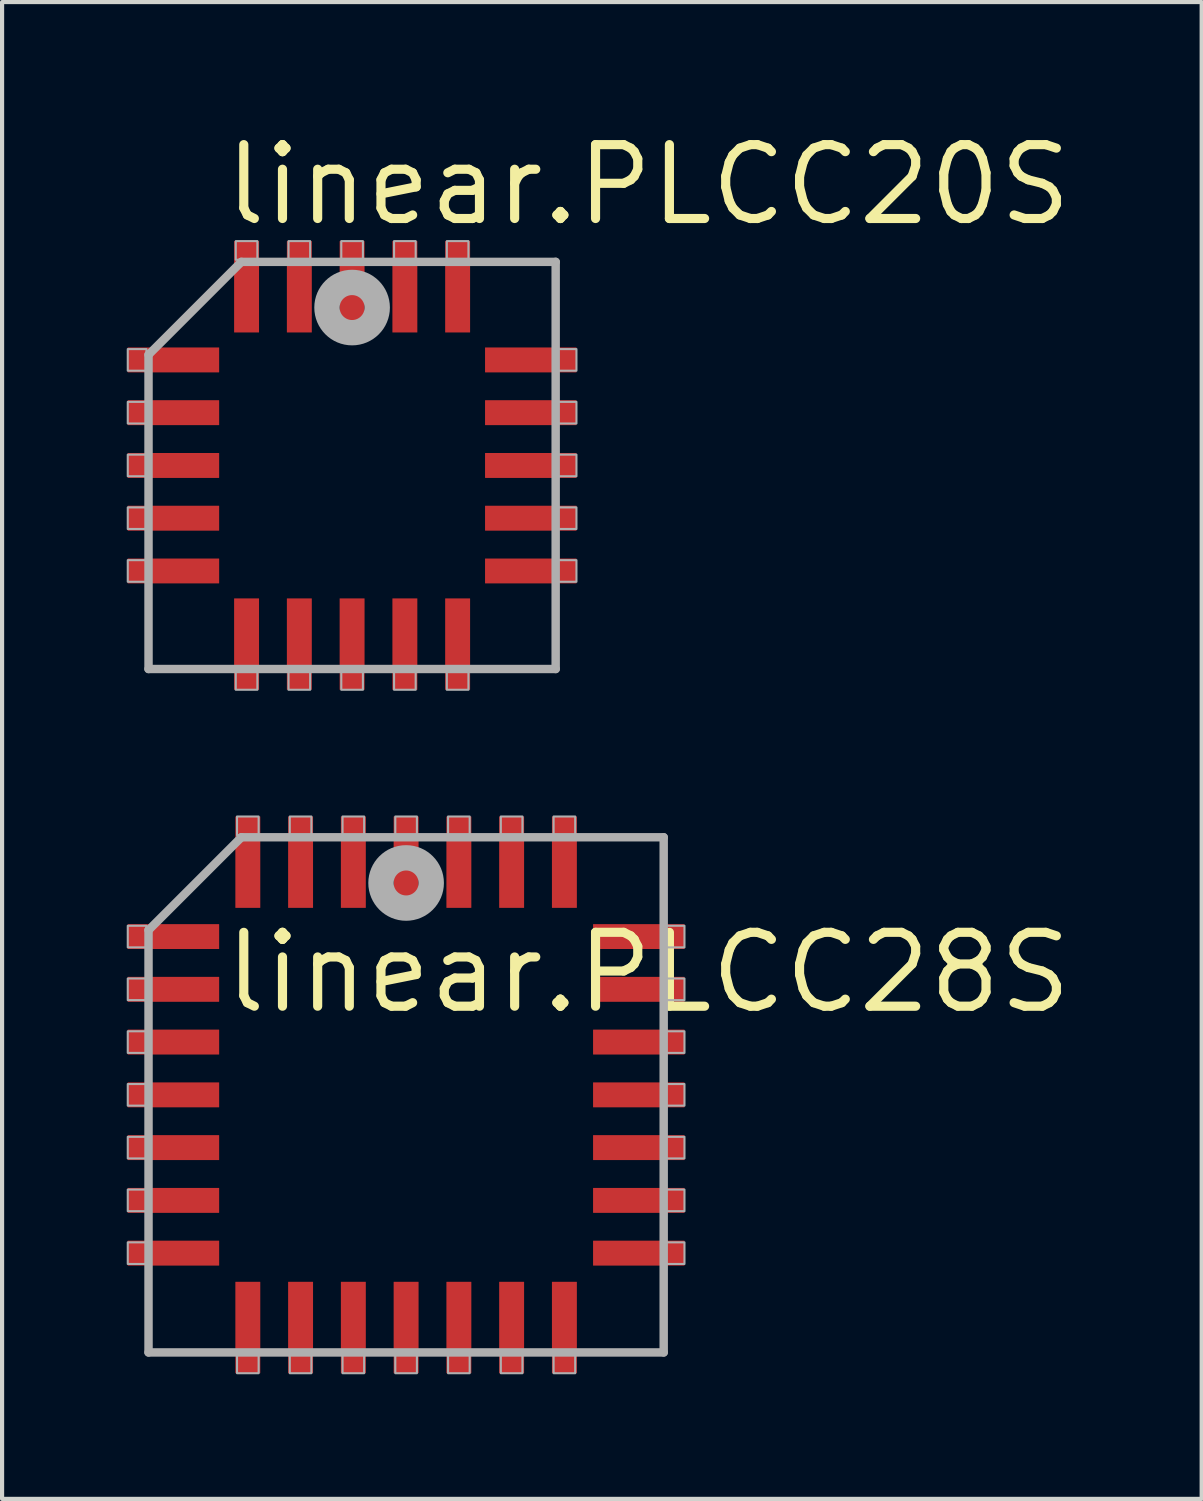
<source format=kicad_pcb>
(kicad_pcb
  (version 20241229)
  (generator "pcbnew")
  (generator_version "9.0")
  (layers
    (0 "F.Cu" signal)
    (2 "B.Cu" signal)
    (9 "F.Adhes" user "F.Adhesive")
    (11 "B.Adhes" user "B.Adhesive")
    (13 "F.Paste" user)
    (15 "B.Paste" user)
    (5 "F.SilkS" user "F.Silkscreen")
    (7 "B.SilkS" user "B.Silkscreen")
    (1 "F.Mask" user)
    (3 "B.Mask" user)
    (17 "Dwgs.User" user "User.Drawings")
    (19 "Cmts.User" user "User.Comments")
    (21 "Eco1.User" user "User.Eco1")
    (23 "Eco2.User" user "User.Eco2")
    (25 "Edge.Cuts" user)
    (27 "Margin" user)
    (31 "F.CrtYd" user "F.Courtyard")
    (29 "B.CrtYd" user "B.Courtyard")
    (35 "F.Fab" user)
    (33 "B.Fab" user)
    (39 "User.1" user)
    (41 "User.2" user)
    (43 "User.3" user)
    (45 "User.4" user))
  (footprint "linear.PLCC20S"
    (layer "F.Cu")
    (at 5.425 8.153)
    (property "Reference" "linear.PLCC20S" (at -3.175 -5.715 0) (layer "F.SilkS") (effects (font (size 1.778 1.778) (thickness 0.22)) (justify left bottom)))
    (attr smd)
    (fp_line (start -4.9 -2.665) (end -4.9 4.9) (stroke (width 0.203) (type default)) (layer "F.Fab"))
    (fp_line (start -4.9 4.9) (end 4.9 4.9) (stroke (width 0.203) (type default)) (layer "F.Fab"))
    (fp_line (start -2.665 -4.9) (end -4.9 -2.665) (stroke (width 0.203) (type default)) (layer "F.Fab"))
    (fp_line (start 4.9 -4.9) (end -2.665 -4.9) (stroke (width 0.203) (type default)) (layer "F.Fab"))
    (fp_line (start 4.9 4.9) (end 4.9 -4.9) (stroke (width 0.203) (type default)) (layer "F.Fab"))
    (fp_rect (start -5.4 -2.28) (end -4.95 -2.8) (stroke (width 0.05) (type default)) (fill no) (layer "F.Fab"))
    (fp_rect (start -5.4 -1.01) (end -4.95 -1.53) (stroke (width 0.05) (type default)) (fill no) (layer "F.Fab"))
    (fp_rect (start -5.4 0.26) (end -4.95 -0.26) (stroke (width 0.05) (type default)) (fill no) (layer "F.Fab"))
    (fp_rect (start -5.4 1.53) (end -4.95 1.01) (stroke (width 0.05) (type default)) (fill no) (layer "F.Fab"))
    (fp_rect (start -5.4 2.8) (end -4.95 2.28) (stroke (width 0.05) (type default)) (fill no) (layer "F.Fab"))
    (fp_rect (start -2.8 -4.95) (end -2.28 -5.4) (stroke (width 0.05) (type default)) (fill no) (layer "F.Fab"))
    (fp_rect (start -2.8 5.4) (end -2.28 4.95) (stroke (width 0.05) (type default)) (fill no) (layer "F.Fab"))
    (fp_rect (start -1.53 -4.95) (end -1.01 -5.4) (stroke (width 0.05) (type default)) (fill no) (layer "F.Fab"))
    (fp_rect (start -1.53 5.4) (end -1.01 4.95) (stroke (width 0.05) (type default)) (fill no) (layer "F.Fab"))
    (fp_rect (start -0.26 -4.95) (end 0.26 -5.4) (stroke (width 0.05) (type default)) (fill no) (layer "F.Fab"))
    (fp_rect (start -0.26 5.4) (end 0.26 4.95) (stroke (width 0.05) (type default)) (fill no) (layer "F.Fab"))
    (fp_rect (start 1.01 -4.95) (end 1.53 -5.4) (stroke (width 0.05) (type default)) (fill no) (layer "F.Fab"))
    (fp_rect (start 1.01 5.4) (end 1.53 4.95) (stroke (width 0.05) (type default)) (fill no) (layer "F.Fab"))
    (fp_rect (start 2.28 -4.95) (end 2.8 -5.4) (stroke (width 0.05) (type default)) (fill no) (layer "F.Fab"))
    (fp_rect (start 2.28 5.4) (end 2.8 4.95) (stroke (width 0.05) (type default)) (fill no) (layer "F.Fab"))
    (fp_rect (start 4.95 -2.28) (end 5.4 -2.8) (stroke (width 0.05) (type default)) (fill no) (layer "F.Fab"))
    (fp_rect (start 4.95 -1.01) (end 5.4 -1.53) (stroke (width 0.05) (type default)) (fill no) (layer "F.Fab"))
    (fp_rect (start 4.95 0.26) (end 5.4 -0.26) (stroke (width 0.05) (type default)) (fill no) (layer "F.Fab"))
    (fp_rect (start 4.95 1.53) (end 5.4 1.01) (stroke (width 0.05) (type default)) (fill no) (layer "F.Fab"))
    (fp_rect (start 4.95 2.8) (end 5.4 2.28) (stroke (width 0.05) (type default)) (fill no) (layer "F.Fab"))
    (fp_circle (center 0 -3.8) (end 0.3 -3.8) (stroke (width 0.61) (type default)) (fill no) (layer "F.Fab"))
    (pad "1" smd roundrect (at 0 -4.3) (size 0.6 2.2) (layers "F.Cu" "F.Mask" "F.Paste") (roundrect_rratio 0.01))
    (pad "2" smd roundrect (at -1.27 -4.3) (size 0.6 2.2) (layers "F.Cu" "F.Mask" "F.Paste") (roundrect_rratio 0.01))
    (pad "3" smd roundrect (at -2.54 -4.3) (size 0.6 2.2) (layers "F.Cu" "F.Mask" "F.Paste") (roundrect_rratio 0.01))
    (pad "4" smd roundrect (at -4.3 -2.54) (size 2.2 0.6) (layers "F.Cu" "F.Mask" "F.Paste") (roundrect_rratio 0.01))
    (pad "5" smd roundrect (at -4.3 -1.27) (size 2.2 0.6) (layers "F.Cu" "F.Mask" "F.Paste") (roundrect_rratio 0.01))
    (pad "6" smd roundrect (at -4.3 0) (size 2.2 0.6) (layers "F.Cu" "F.Mask" "F.Paste") (roundrect_rratio 0.01))
    (pad "7" smd roundrect (at -4.3 1.27) (size 2.2 0.6) (layers "F.Cu" "F.Mask" "F.Paste") (roundrect_rratio 0.01))
    (pad "8" smd roundrect (at -4.3 2.54) (size 2.2 0.6) (layers "F.Cu" "F.Mask" "F.Paste") (roundrect_rratio 0.01))
    (pad "9" smd roundrect (at -2.54 4.3) (size 0.6 2.2) (layers "F.Cu" "F.Mask" "F.Paste") (roundrect_rratio 0.01))
    (pad "10" smd roundrect (at -1.27 4.3) (size 0.6 2.2) (layers "F.Cu" "F.Mask" "F.Paste") (roundrect_rratio 0.01))
    (pad "11" smd roundrect (at 0 4.3) (size 0.6 2.2) (layers "F.Cu" "F.Mask" "F.Paste") (roundrect_rratio 0.01))
    (pad "12" smd roundrect (at 1.27 4.3) (size 0.6 2.2) (layers "F.Cu" "F.Mask" "F.Paste") (roundrect_rratio 0.01))
    (pad "13" smd roundrect (at 2.54 4.3) (size 0.6 2.2) (layers "F.Cu" "F.Mask" "F.Paste") (roundrect_rratio 0.01))
    (pad "14" smd roundrect (at 4.3 2.54) (size 2.2 0.6) (layers "F.Cu" "F.Mask" "F.Paste") (roundrect_rratio 0.01))
    (pad "15" smd roundrect (at 4.3 1.27) (size 2.2 0.6) (layers "F.Cu" "F.Mask" "F.Paste") (roundrect_rratio 0.01))
    (pad "16" smd roundrect (at 4.3 0) (size 2.2 0.6) (layers "F.Cu" "F.Mask" "F.Paste") (roundrect_rratio 0.01))
    (pad "17" smd roundrect (at 4.3 -1.27) (size 2.2 0.6) (layers "F.Cu" "F.Mask" "F.Paste") (roundrect_rratio 0.01))
    (pad "18" smd roundrect (at 4.3 -2.54) (size 2.2 0.6) (layers "F.Cu" "F.Mask" "F.Paste") (roundrect_rratio 0.01))
    (pad "19" smd roundrect (at 2.54 -4.3) (size 0.6 2.2) (layers "F.Cu" "F.Mask" "F.Paste") (roundrect_rratio 0.01))
    (pad "20" smd roundrect (at 1.27 -4.3) (size 0.6 2.2) (layers "F.Cu" "F.Mask" "F.Paste") (roundrect_rratio 0.01)))
  (footprint "linear.PLCC28S"
    (layer "F.Cu")
    (at 6.725 23.303)
    (property "Reference" "linear.PLCC28S" (at -4.475 -1.905 0) (layer "F.SilkS") (effects (font (size 1.778 1.778) (thickness 0.22)) (justify left bottom)))
    (attr smd)
    (fp_line (start -6.2 -3.965) (end -6.2 6.2) (stroke (width 0.203) (type default)) (layer "F.Fab"))
    (fp_line (start -6.2 6.2) (end 6.2 6.2) (stroke (width 0.203) (type default)) (layer "F.Fab"))
    (fp_line (start -3.965 -6.2) (end -6.2 -3.965) (stroke (width 0.203) (type default)) (layer "F.Fab"))
    (fp_line (start 6.2 -6.2) (end -3.965 -6.2) (stroke (width 0.203) (type default)) (layer "F.Fab"))
    (fp_line (start 6.2 6.2) (end 6.2 -6.2) (stroke (width 0.203) (type default)) (layer "F.Fab"))
    (fp_rect (start -6.7 -3.55) (end -6.25 -4.07) (stroke (width 0.05) (type default)) (fill no) (layer "F.Fab"))
    (fp_rect (start -6.7 -2.28) (end -6.25 -2.8) (stroke (width 0.05) (type default)) (fill no) (layer "F.Fab"))
    (fp_rect (start -6.7 -1.01) (end -6.25 -1.53) (stroke (width 0.05) (type default)) (fill no) (layer "F.Fab"))
    (fp_rect (start -6.7 0.26) (end -6.25 -0.26) (stroke (width 0.05) (type default)) (fill no) (layer "F.Fab"))
    (fp_rect (start -6.7 1.53) (end -6.25 1.01) (stroke (width 0.05) (type default)) (fill no) (layer "F.Fab"))
    (fp_rect (start -6.7 2.8) (end -6.25 2.28) (stroke (width 0.05) (type default)) (fill no) (layer "F.Fab"))
    (fp_rect (start -6.7 4.07) (end -6.25 3.55) (stroke (width 0.05) (type default)) (fill no) (layer "F.Fab"))
    (fp_rect (start -4.07 -6.25) (end -3.55 -6.7) (stroke (width 0.05) (type default)) (fill no) (layer "F.Fab"))
    (fp_rect (start -4.07 6.7) (end -3.55 6.25) (stroke (width 0.05) (type default)) (fill no) (layer "F.Fab"))
    (fp_rect (start -2.8 -6.25) (end -2.28 -6.7) (stroke (width 0.05) (type default)) (fill no) (layer "F.Fab"))
    (fp_rect (start -2.8 6.7) (end -2.28 6.25) (stroke (width 0.05) (type default)) (fill no) (layer "F.Fab"))
    (fp_rect (start -1.53 -6.25) (end -1.01 -6.7) (stroke (width 0.05) (type default)) (fill no) (layer "F.Fab"))
    (fp_rect (start -1.53 6.7) (end -1.01 6.25) (stroke (width 0.05) (type default)) (fill no) (layer "F.Fab"))
    (fp_rect (start -0.26 -6.25) (end 0.26 -6.7) (stroke (width 0.05) (type default)) (fill no) (layer "F.Fab"))
    (fp_rect (start -0.26 6.7) (end 0.26 6.25) (stroke (width 0.05) (type default)) (fill no) (layer "F.Fab"))
    (fp_rect (start 1.01 -6.25) (end 1.53 -6.7) (stroke (width 0.05) (type default)) (fill no) (layer "F.Fab"))
    (fp_rect (start 1.01 6.7) (end 1.53 6.25) (stroke (width 0.05) (type default)) (fill no) (layer "F.Fab"))
    (fp_rect (start 2.28 -6.25) (end 2.8 -6.7) (stroke (width 0.05) (type default)) (fill no) (layer "F.Fab"))
    (fp_rect (start 2.28 6.7) (end 2.8 6.25) (stroke (width 0.05) (type default)) (fill no) (layer "F.Fab"))
    (fp_rect (start 3.55 -6.25) (end 4.07 -6.7) (stroke (width 0.05) (type default)) (fill no) (layer "F.Fab"))
    (fp_rect (start 3.55 6.7) (end 4.07 6.25) (stroke (width 0.05) (type default)) (fill no) (layer "F.Fab"))
    (fp_rect (start 6.25 -3.55) (end 6.7 -4.07) (stroke (width 0.05) (type default)) (fill no) (layer "F.Fab"))
    (fp_rect (start 6.25 -2.28) (end 6.7 -2.8) (stroke (width 0.05) (type default)) (fill no) (layer "F.Fab"))
    (fp_rect (start 6.25 -1.01) (end 6.7 -1.53) (stroke (width 0.05) (type default)) (fill no) (layer "F.Fab"))
    (fp_rect (start 6.25 0.26) (end 6.7 -0.26) (stroke (width 0.05) (type default)) (fill no) (layer "F.Fab"))
    (fp_rect (start 6.25 1.53) (end 6.7 1.01) (stroke (width 0.05) (type default)) (fill no) (layer "F.Fab"))
    (fp_rect (start 6.25 2.8) (end 6.7 2.28) (stroke (width 0.05) (type default)) (fill no) (layer "F.Fab"))
    (fp_rect (start 6.25 4.07) (end 6.7 3.55) (stroke (width 0.05) (type default)) (fill no) (layer "F.Fab"))
    (fp_circle (center 0 -5.1) (end 0.3 -5.1) (stroke (width 0.61) (type default)) (fill no) (layer "F.Fab"))
    (pad "1" smd roundrect (at 0 -5.6) (size 0.6 2.2) (layers "F.Cu" "F.Mask" "F.Paste") (roundrect_rratio 0.01))
    (pad "2" smd roundrect (at -1.27 -5.6) (size 0.6 2.2) (layers "F.Cu" "F.Mask" "F.Paste") (roundrect_rratio 0.01))
    (pad "3" smd roundrect (at -2.54 -5.6) (size 0.6 2.2) (layers "F.Cu" "F.Mask" "F.Paste") (roundrect_rratio 0.01))
    (pad "4" smd roundrect (at -3.81 -5.6) (size 0.6 2.2) (layers "F.Cu" "F.Mask" "F.Paste") (roundrect_rratio 0.01))
    (pad "5" smd roundrect (at -5.6 -3.81) (size 2.2 0.6) (layers "F.Cu" "F.Mask" "F.Paste") (roundrect_rratio 0.01))
    (pad "6" smd roundrect (at -5.6 -2.54) (size 2.2 0.6) (layers "F.Cu" "F.Mask" "F.Paste") (roundrect_rratio 0.01))
    (pad "7" smd roundrect (at -5.6 -1.27) (size 2.2 0.6) (layers "F.Cu" "F.Mask" "F.Paste") (roundrect_rratio 0.01))
    (pad "8" smd roundrect (at -5.6 0) (size 2.2 0.6) (layers "F.Cu" "F.Mask" "F.Paste") (roundrect_rratio 0.01))
    (pad "9" smd roundrect (at -5.6 1.27) (size 2.2 0.6) (layers "F.Cu" "F.Mask" "F.Paste") (roundrect_rratio 0.01))
    (pad "10" smd roundrect (at -5.6 2.54) (size 2.2 0.6) (layers "F.Cu" "F.Mask" "F.Paste") (roundrect_rratio 0.01))
    (pad "11" smd roundrect (at -5.6 3.81) (size 2.2 0.6) (layers "F.Cu" "F.Mask" "F.Paste") (roundrect_rratio 0.01))
    (pad "12" smd roundrect (at -3.81 5.6) (size 0.6 2.2) (layers "F.Cu" "F.Mask" "F.Paste") (roundrect_rratio 0.01))
    (pad "13" smd roundrect (at -2.54 5.6) (size 0.6 2.2) (layers "F.Cu" "F.Mask" "F.Paste") (roundrect_rratio 0.01))
    (pad "14" smd roundrect (at -1.27 5.6) (size 0.6 2.2) (layers "F.Cu" "F.Mask" "F.Paste") (roundrect_rratio 0.01))
    (pad "15" smd roundrect (at 0 5.6) (size 0.6 2.2) (layers "F.Cu" "F.Mask" "F.Paste") (roundrect_rratio 0.01))
    (pad "16" smd roundrect (at 1.27 5.6) (size 0.6 2.2) (layers "F.Cu" "F.Mask" "F.Paste") (roundrect_rratio 0.01))
    (pad "17" smd roundrect (at 2.54 5.6) (size 0.6 2.2) (layers "F.Cu" "F.Mask" "F.Paste") (roundrect_rratio 0.01))
    (pad "18" smd roundrect (at 3.81 5.6) (size 0.6 2.2) (layers "F.Cu" "F.Mask" "F.Paste") (roundrect_rratio 0.01))
    (pad "19" smd roundrect (at 5.6 3.81) (size 2.2 0.6) (layers "F.Cu" "F.Mask" "F.Paste") (roundrect_rratio 0.01))
    (pad "20" smd roundrect (at 5.6 2.54) (size 2.2 0.6) (layers "F.Cu" "F.Mask" "F.Paste") (roundrect_rratio 0.01))
    (pad "21" smd roundrect (at 5.6 1.27) (size 2.2 0.6) (layers "F.Cu" "F.Mask" "F.Paste") (roundrect_rratio 0.01))
    (pad "22" smd roundrect (at 5.6 0) (size 2.2 0.6) (layers "F.Cu" "F.Mask" "F.Paste") (roundrect_rratio 0.01))
    (pad "23" smd roundrect (at 5.6 -1.27) (size 2.2 0.6) (layers "F.Cu" "F.Mask" "F.Paste") (roundrect_rratio 0.01))
    (pad "24" smd roundrect (at 5.6 -2.54) (size 2.2 0.6) (layers "F.Cu" "F.Mask" "F.Paste") (roundrect_rratio 0.01))
    (pad "25" smd roundrect (at 5.6 -3.81) (size 2.2 0.6) (layers "F.Cu" "F.Mask" "F.Paste") (roundrect_rratio 0.01))
    (pad "26" smd roundrect (at 3.81 -5.6) (size 0.6 2.2) (layers "F.Cu" "F.Mask" "F.Paste") (roundrect_rratio 0.01))
    (pad "27" smd roundrect (at 2.54 -5.6) (size 0.6 2.2) (layers "F.Cu" "F.Mask" "F.Paste") (roundrect_rratio 0.01))
    (pad "28" smd roundrect (at 1.27 -5.6) (size 0.6 2.2) (layers "F.Cu" "F.Mask" "F.Paste") (roundrect_rratio 0.01)))
  (gr_rect
    (start -3 -3)
    (end 25.874 33.028)
    (stroke (width 0.1) (type default))
    (fill no)
    (layer "Edge.Cuts")))
</source>
